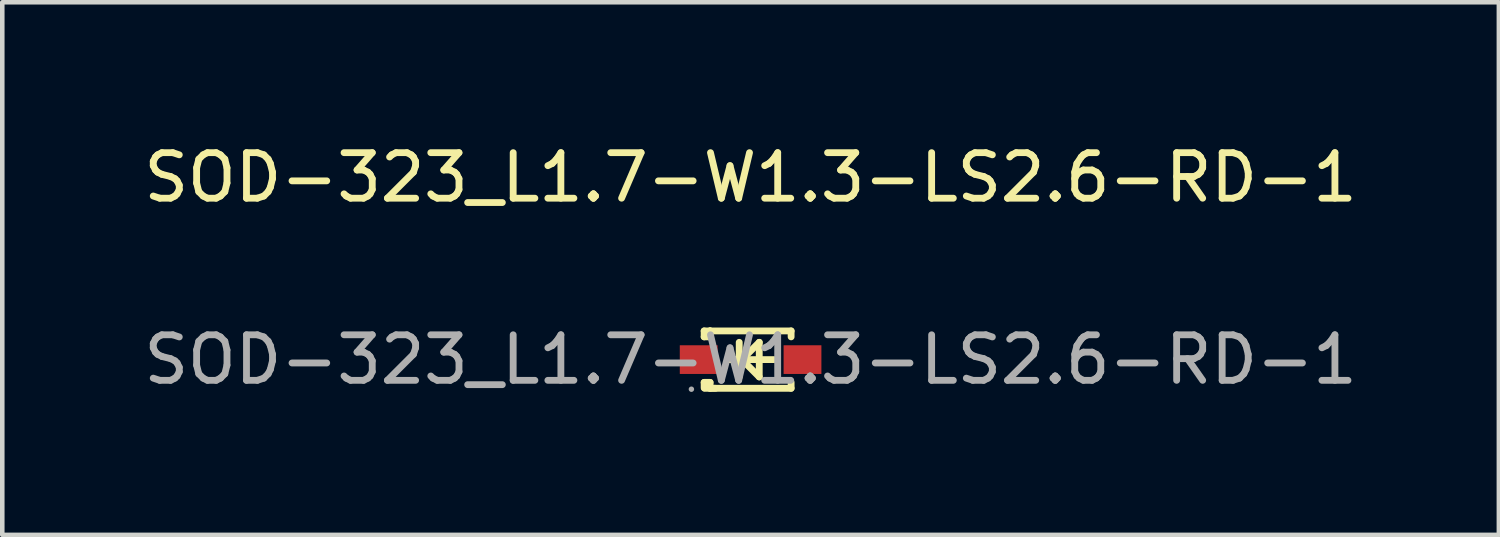
<source format=kicad_pcb>
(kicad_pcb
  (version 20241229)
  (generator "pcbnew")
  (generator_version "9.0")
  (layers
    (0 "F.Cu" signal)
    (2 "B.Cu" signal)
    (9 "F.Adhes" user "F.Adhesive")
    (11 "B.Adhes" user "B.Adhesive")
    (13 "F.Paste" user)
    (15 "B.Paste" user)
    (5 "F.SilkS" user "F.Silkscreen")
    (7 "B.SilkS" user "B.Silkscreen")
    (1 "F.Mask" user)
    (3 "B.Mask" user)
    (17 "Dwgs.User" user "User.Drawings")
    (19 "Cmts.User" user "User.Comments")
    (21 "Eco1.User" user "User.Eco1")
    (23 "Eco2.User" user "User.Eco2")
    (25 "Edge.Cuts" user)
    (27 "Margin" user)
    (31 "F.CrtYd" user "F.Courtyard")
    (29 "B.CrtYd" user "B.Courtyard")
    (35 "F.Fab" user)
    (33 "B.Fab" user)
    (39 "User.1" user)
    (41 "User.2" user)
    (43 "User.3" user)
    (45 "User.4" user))
  (footprint "SOD-323_L1.7-W1.3-LS2.6-RD-1"
    (layer "F.Cu")
    (at 13.435 4.848)
    (property "Reference" "SOD-323_L1.7-W1.3-LS2.6-RD-1" (at 0 -4 0) (layer "F.SilkS") (effects (font (size 1 1) (thickness 0.15))))
    (attr through_hole)
    (fp_line (start -1.02 -0.63) (end -1.02 -0.5) (stroke (width 0.15) (type solid)) (layer "F.SilkS"))
    (fp_line (start -1.02 -0.5) (end -0.89 -0.5) (stroke (width 0.15) (type solid)) (layer "F.SilkS"))
    (fp_line (start -1.02 0.5) (end -1.02 0.62) (stroke (width 0.15) (type solid)) (layer "F.SilkS"))
    (fp_line (start -1.02 0.5) (end -0.89 0.5) (stroke (width 0.15) (type solid)) (layer "F.SilkS"))
    (fp_line (start -0.89 -0.63) (end -1.02 -0.63) (stroke (width 0.15) (type solid)) (layer "F.SilkS"))
    (fp_line (start -0.89 -0.63) (end -0.89 -0.6) (stroke (width 0.15) (type solid)) (layer "F.SilkS"))
    (fp_line (start -0.89 -0.63) (end 0.89 -0.63) (stroke (width 0.15) (type solid)) (layer "F.SilkS"))
    (fp_line (start -0.89 -0.5) (end -0.89 -0.63) (stroke (width 0.15) (type solid)) (layer "F.SilkS"))
    (fp_line (start -0.89 0.6) (end -0.89 0.5) (stroke (width 0.15) (type solid)) (layer "F.SilkS"))
    (fp_line (start -0.89 0.6) (end -0.89 0.63) (stroke (width 0.15) (type solid)) (layer "F.SilkS"))
    (fp_line (start -0.89 0.63) (end 0.89 0.63) (stroke (width 0.15) (type solid)) (layer "F.SilkS"))
    (fp_line (start -0.77 0.63) (end -1.01 0.63) (stroke (width 0.15) (type solid)) (layer "F.SilkS"))
    (fp_line (start -0.25 -0.38) (end -0.25 0.38) (stroke (width 0.15) (type solid)) (layer "F.SilkS"))
    (fp_line (start -0.19 0) (end 0.19 -0.38) (stroke (width 0.15) (type solid)) (layer "F.SilkS"))
    (fp_line (start 0.19 -0.38) (end 0.19 0.38) (stroke (width 0.15) (type solid)) (layer "F.SilkS"))
    (fp_line (start 0.19 0.38) (end -0.19 0) (stroke (width 0.15) (type solid)) (layer "F.SilkS"))
    (fp_line (start 0.51 0) (end -0.51 0) (stroke (width 0.15) (type solid)) (layer "F.SilkS"))
    (fp_line (start 0.89 -0.63) (end 0.89 -0.5) (stroke (width 0.15) (type solid)) (layer "F.SilkS"))
    (fp_line (start 0.89 0.5) (end 0.89 0.63) (stroke (width 0.15) (type solid)) (layer "F.SilkS"))
    (fp_circle (center -1.3 0.65) (end -1.27 0.65) (stroke (width 0.06) (type solid)) (fill no) (layer "F.Fab"))
    (fp_text user "${REFERENCE}" (at 0 0 0) (layer "F.Fab") (effects (font (size 1 1) (thickness 0.15))))
    (pad "1" smd rect (at -1.14 0 90) (size 0.63 0.83) (layers "F.Cu" "F.Mask" "F.Paste"))
    (pad "2" smd rect (at 1.14 0 90) (size 0.63 0.83) (layers "F.Cu" "F.Mask" "F.Paste")))
  (gr_rect
    (start -3 -3)
    (end 29.869 8.697)
    (stroke (width 0.1) (type default))
    (fill no)
    (layer "Edge.Cuts")))
</source>
